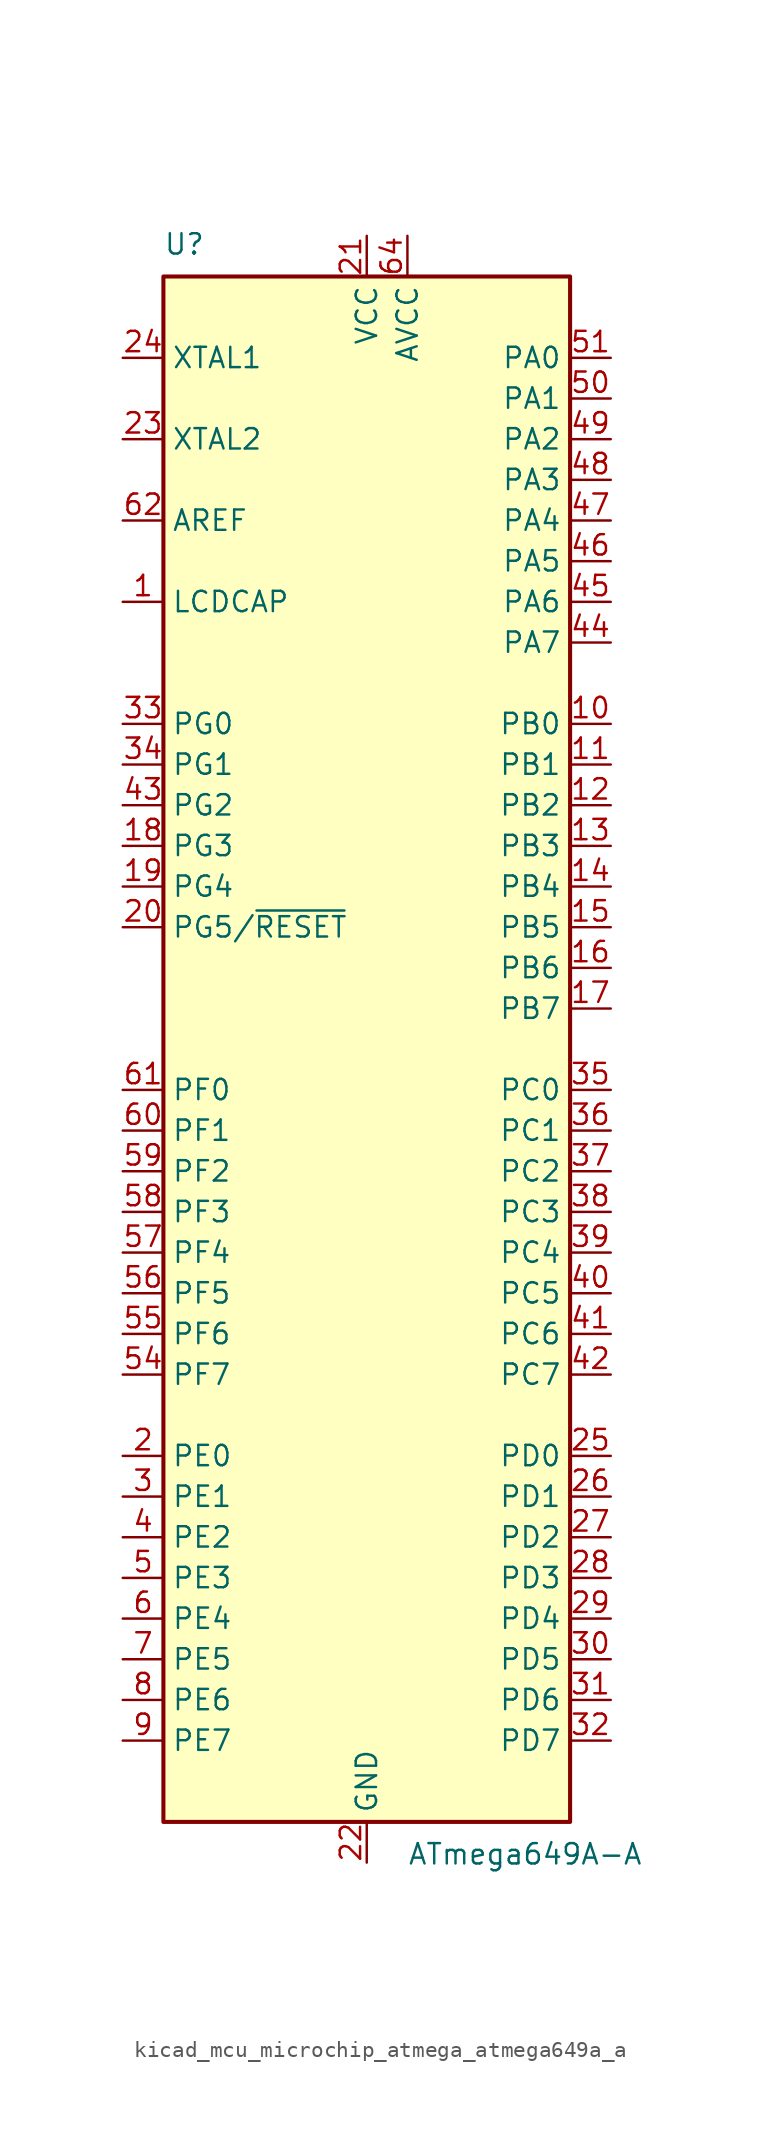
<source format=kicad_sym>
(kicad_symbol_lib
  (version 20220914)
  (generator kicad_symbol_editor)
  (symbol "kicad_mcu_microchip_atmega_atmega649a_a"
    (property "Reference" "U"
      (at -12.7 49.53 0)
      (effects (font (size 1.27 1.27)) (justify left bottom)))
    (property "Value" "ATmega649A-A"
      (at 2.54 -49.53 0)
      (effects (font (size 1.27 1.27)) (justify left top)))
    (symbol "kicad_mcu_microchip_atmega_atmega649a_a_0_1"
      (rectangle (start -12.7 -48.26) (end 12.7 48.26) (stroke (width 0.254) (type default)) (fill (type background))))
    (symbol "kicad_mcu_microchip_atmega_atmega649a_a_1_1"
      (pin passive line (at -15.24 27.94 0) (length 2.54) (name "LCDCAP" (effects (font (size 1.27 1.27)))) (number "1" (effects (font (size 1.27 1.27)))))
      (pin bidirectional line (at 15.24 20.32 180) (length 2.54) (name "PB0" (effects (font (size 1.27 1.27)))) (number "10" (effects (font (size 1.27 1.27)))))
      (pin bidirectional line (at 15.24 17.78 180) (length 2.54) (name "PB1" (effects (font (size 1.27 1.27)))) (number "11" (effects (font (size 1.27 1.27)))))
      (pin bidirectional line (at 15.24 15.24 180) (length 2.54) (name "PB2" (effects (font (size 1.27 1.27)))) (number "12" (effects (font (size 1.27 1.27)))))
      (pin bidirectional line (at 15.24 12.7 180) (length 2.54) (name "PB3" (effects (font (size 1.27 1.27)))) (number "13" (effects (font (size 1.27 1.27)))))
      (pin bidirectional line (at 15.24 10.16 180) (length 2.54) (name "PB4" (effects (font (size 1.27 1.27)))) (number "14" (effects (font (size 1.27 1.27)))))
      (pin bidirectional line (at 15.24 7.62 180) (length 2.54) (name "PB5" (effects (font (size 1.27 1.27)))) (number "15" (effects (font (size 1.27 1.27)))))
      (pin bidirectional line (at 15.24 5.08 180) (length 2.54) (name "PB6" (effects (font (size 1.27 1.27)))) (number "16" (effects (font (size 1.27 1.27)))))
      (pin bidirectional line (at 15.24 2.54 180) (length 2.54) (name "PB7" (effects (font (size 1.27 1.27)))) (number "17" (effects (font (size 1.27 1.27)))))
      (pin bidirectional line (at -15.24 12.7 0) (length 2.54) (name "PG3" (effects (font (size 1.27 1.27)))) (number "18" (effects (font (size 1.27 1.27)))))
      (pin bidirectional line (at -15.24 10.16 0) (length 2.54) (name "PG4" (effects (font (size 1.27 1.27)))) (number "19" (effects (font (size 1.27 1.27)))))
      (pin bidirectional line (at -15.24 -25.4 0) (length 2.54) (name "PE0" (effects (font (size 1.27 1.27)))) (number "2" (effects (font (size 1.27 1.27)))))
      (pin bidirectional line (at -15.24 7.62 0) (length 2.54) (name "PG5/~{RESET}" (effects (font (size 1.27 1.27)))) (number "20" (effects (font (size 1.27 1.27)))))
      (pin power_in line (at 0 50.8 270) (length 2.54) (name "VCC" (effects (font (size 1.27 1.27)))) (number "21" (effects (font (size 1.27 1.27)))))
      (pin power_in line (at 0 -50.8 90) (length 2.54) (name "GND" (effects (font (size 1.27 1.27)))) (number "22" (effects (font (size 1.27 1.27)))))
      (pin output line (at -15.24 38.1 0) (length 2.54) (name "XTAL2" (effects (font (size 1.27 1.27)))) (number "23" (effects (font (size 1.27 1.27)))))
      (pin input line (at -15.24 43.18 0) (length 2.54) (name "XTAL1" (effects (font (size 1.27 1.27)))) (number "24" (effects (font (size 1.27 1.27)))))
      (pin bidirectional line (at 15.24 -25.4 180) (length 2.54) (name "PD0" (effects (font (size 1.27 1.27)))) (number "25" (effects (font (size 1.27 1.27)))))
      (pin bidirectional line (at 15.24 -27.94 180) (length 2.54) (name "PD1" (effects (font (size 1.27 1.27)))) (number "26" (effects (font (size 1.27 1.27)))))
      (pin bidirectional line (at 15.24 -30.48 180) (length 2.54) (name "PD2" (effects (font (size 1.27 1.27)))) (number "27" (effects (font (size 1.27 1.27)))))
      (pin bidirectional line (at 15.24 -33.02 180) (length 2.54) (name "PD3" (effects (font (size 1.27 1.27)))) (number "28" (effects (font (size 1.27 1.27)))))
      (pin bidirectional line (at 15.24 -35.56 180) (length 2.54) (name "PD4" (effects (font (size 1.27 1.27)))) (number "29" (effects (font (size 1.27 1.27)))))
      (pin bidirectional line (at -15.24 -27.94 0) (length 2.54) (name "PE1" (effects (font (size 1.27 1.27)))) (number "3" (effects (font (size 1.27 1.27)))))
      (pin bidirectional line (at 15.24 -38.1 180) (length 2.54) (name "PD5" (effects (font (size 1.27 1.27)))) (number "30" (effects (font (size 1.27 1.27)))))
      (pin bidirectional line (at 15.24 -40.64 180) (length 2.54) (name "PD6" (effects (font (size 1.27 1.27)))) (number "31" (effects (font (size 1.27 1.27)))))
      (pin bidirectional line (at 15.24 -43.18 180) (length 2.54) (name "PD7" (effects (font (size 1.27 1.27)))) (number "32" (effects (font (size 1.27 1.27)))))
      (pin bidirectional line (at -15.24 20.32 0) (length 2.54) (name "PG0" (effects (font (size 1.27 1.27)))) (number "33" (effects (font (size 1.27 1.27)))))
      (pin bidirectional line (at -15.24 17.78 0) (length 2.54) (name "PG1" (effects (font (size 1.27 1.27)))) (number "34" (effects (font (size 1.27 1.27)))))
      (pin bidirectional line (at 15.24 -2.54 180) (length 2.54) (name "PC0" (effects (font (size 1.27 1.27)))) (number "35" (effects (font (size 1.27 1.27)))))
      (pin bidirectional line (at 15.24 -5.08 180) (length 2.54) (name "PC1" (effects (font (size 1.27 1.27)))) (number "36" (effects (font (size 1.27 1.27)))))
      (pin bidirectional line (at 15.24 -7.62 180) (length 2.54) (name "PC2" (effects (font (size 1.27 1.27)))) (number "37" (effects (font (size 1.27 1.27)))))
      (pin bidirectional line (at 15.24 -10.16 180) (length 2.54) (name "PC3" (effects (font (size 1.27 1.27)))) (number "38" (effects (font (size 1.27 1.27)))))
      (pin bidirectional line (at 15.24 -12.7 180) (length 2.54) (name "PC4" (effects (font (size 1.27 1.27)))) (number "39" (effects (font (size 1.27 1.27)))))
      (pin bidirectional line (at -15.24 -30.48 0) (length 2.54) (name "PE2" (effects (font (size 1.27 1.27)))) (number "4" (effects (font (size 1.27 1.27)))))
      (pin bidirectional line (at 15.24 -15.24 180) (length 2.54) (name "PC5" (effects (font (size 1.27 1.27)))) (number "40" (effects (font (size 1.27 1.27)))))
      (pin bidirectional line (at 15.24 -17.78 180) (length 2.54) (name "PC6" (effects (font (size 1.27 1.27)))) (number "41" (effects (font (size 1.27 1.27)))))
      (pin bidirectional line (at 15.24 -20.32 180) (length 2.54) (name "PC7" (effects (font (size 1.27 1.27)))) (number "42" (effects (font (size 1.27 1.27)))))
      (pin bidirectional line (at -15.24 15.24 0) (length 2.54) (name "PG2" (effects (font (size 1.27 1.27)))) (number "43" (effects (font (size 1.27 1.27)))))
      (pin bidirectional line (at 15.24 25.4 180) (length 2.54) (name "PA7" (effects (font (size 1.27 1.27)))) (number "44" (effects (font (size 1.27 1.27)))))
      (pin bidirectional line (at 15.24 27.94 180) (length 2.54) (name "PA6" (effects (font (size 1.27 1.27)))) (number "45" (effects (font (size 1.27 1.27)))))
      (pin bidirectional line (at 15.24 30.48 180) (length 2.54) (name "PA5" (effects (font (size 1.27 1.27)))) (number "46" (effects (font (size 1.27 1.27)))))
      (pin bidirectional line (at 15.24 33.02 180) (length 2.54) (name "PA4" (effects (font (size 1.27 1.27)))) (number "47" (effects (font (size 1.27 1.27)))))
      (pin bidirectional line (at 15.24 35.56 180) (length 2.54) (name "PA3" (effects (font (size 1.27 1.27)))) (number "48" (effects (font (size 1.27 1.27)))))
      (pin bidirectional line (at 15.24 38.1 180) (length 2.54) (name "PA2" (effects (font (size 1.27 1.27)))) (number "49" (effects (font (size 1.27 1.27)))))
      (pin bidirectional line (at -15.24 -33.02 0) (length 2.54) (name "PE3" (effects (font (size 1.27 1.27)))) (number "5" (effects (font (size 1.27 1.27)))))
      (pin bidirectional line (at 15.24 40.64 180) (length 2.54) (name "PA1" (effects (font (size 1.27 1.27)))) (number "50" (effects (font (size 1.27 1.27)))))
      (pin bidirectional line (at 15.24 43.18 180) (length 2.54) (name "PA0" (effects (font (size 1.27 1.27)))) (number "51" (effects (font (size 1.27 1.27)))))
      (pin passive line (at 0 50.8 270) (length 2.54) hide (name "VCC" (effects (font (size 1.27 1.27)))) (number "52" (effects (font (size 1.27 1.27)))))
      (pin passive line (at 0 -50.8 90) (length 2.54) hide (name "GND" (effects (font (size 1.27 1.27)))) (number "53" (effects (font (size 1.27 1.27)))))
      (pin bidirectional line (at -15.24 -20.32 0) (length 2.54) (name "PF7" (effects (font (size 1.27 1.27)))) (number "54" (effects (font (size 1.27 1.27)))))
      (pin bidirectional line (at -15.24 -17.78 0) (length 2.54) (name "PF6" (effects (font (size 1.27 1.27)))) (number "55" (effects (font (size 1.27 1.27)))))
      (pin bidirectional line (at -15.24 -15.24 0) (length 2.54) (name "PF5" (effects (font (size 1.27 1.27)))) (number "56" (effects (font (size 1.27 1.27)))))
      (pin bidirectional line (at -15.24 -12.7 0) (length 2.54) (name "PF4" (effects (font (size 1.27 1.27)))) (number "57" (effects (font (size 1.27 1.27)))))
      (pin bidirectional line (at -15.24 -10.16 0) (length 2.54) (name "PF3" (effects (font (size 1.27 1.27)))) (number "58" (effects (font (size 1.27 1.27)))))
      (pin bidirectional line (at -15.24 -7.62 0) (length 2.54) (name "PF2" (effects (font (size 1.27 1.27)))) (number "59" (effects (font (size 1.27 1.27)))))
      (pin bidirectional line (at -15.24 -35.56 0) (length 2.54) (name "PE4" (effects (font (size 1.27 1.27)))) (number "6" (effects (font (size 1.27 1.27)))))
      (pin bidirectional line (at -15.24 -5.08 0) (length 2.54) (name "PF1" (effects (font (size 1.27 1.27)))) (number "60" (effects (font (size 1.27 1.27)))))
      (pin bidirectional line (at -15.24 -2.54 0) (length 2.54) (name "PF0" (effects (font (size 1.27 1.27)))) (number "61" (effects (font (size 1.27 1.27)))))
      (pin passive line (at -15.24 33.02 0) (length 2.54) (name "AREF" (effects (font (size 1.27 1.27)))) (number "62" (effects (font (size 1.27 1.27)))))
      (pin passive line (at 0 -50.8 90) (length 2.54) hide (name "GND" (effects (font (size 1.27 1.27)))) (number "63" (effects (font (size 1.27 1.27)))))
      (pin power_in line (at 2.54 50.8 270) (length 2.54) (name "AVCC" (effects (font (size 1.27 1.27)))) (number "64" (effects (font (size 1.27 1.27)))))
      (pin bidirectional line (at -15.24 -38.1 0) (length 2.54) (name "PE5" (effects (font (size 1.27 1.27)))) (number "7" (effects (font (size 1.27 1.27)))))
      (pin bidirectional line (at -15.24 -40.64 0) (length 2.54) (name "PE6" (effects (font (size 1.27 1.27)))) (number "8" (effects (font (size 1.27 1.27)))))
      (pin bidirectional line (at -15.24 -43.18 0) (length 2.54) (name "PE7" (effects (font (size 1.27 1.27)))) (number "9" (effects (font (size 1.27 1.27))))))))
</source>
